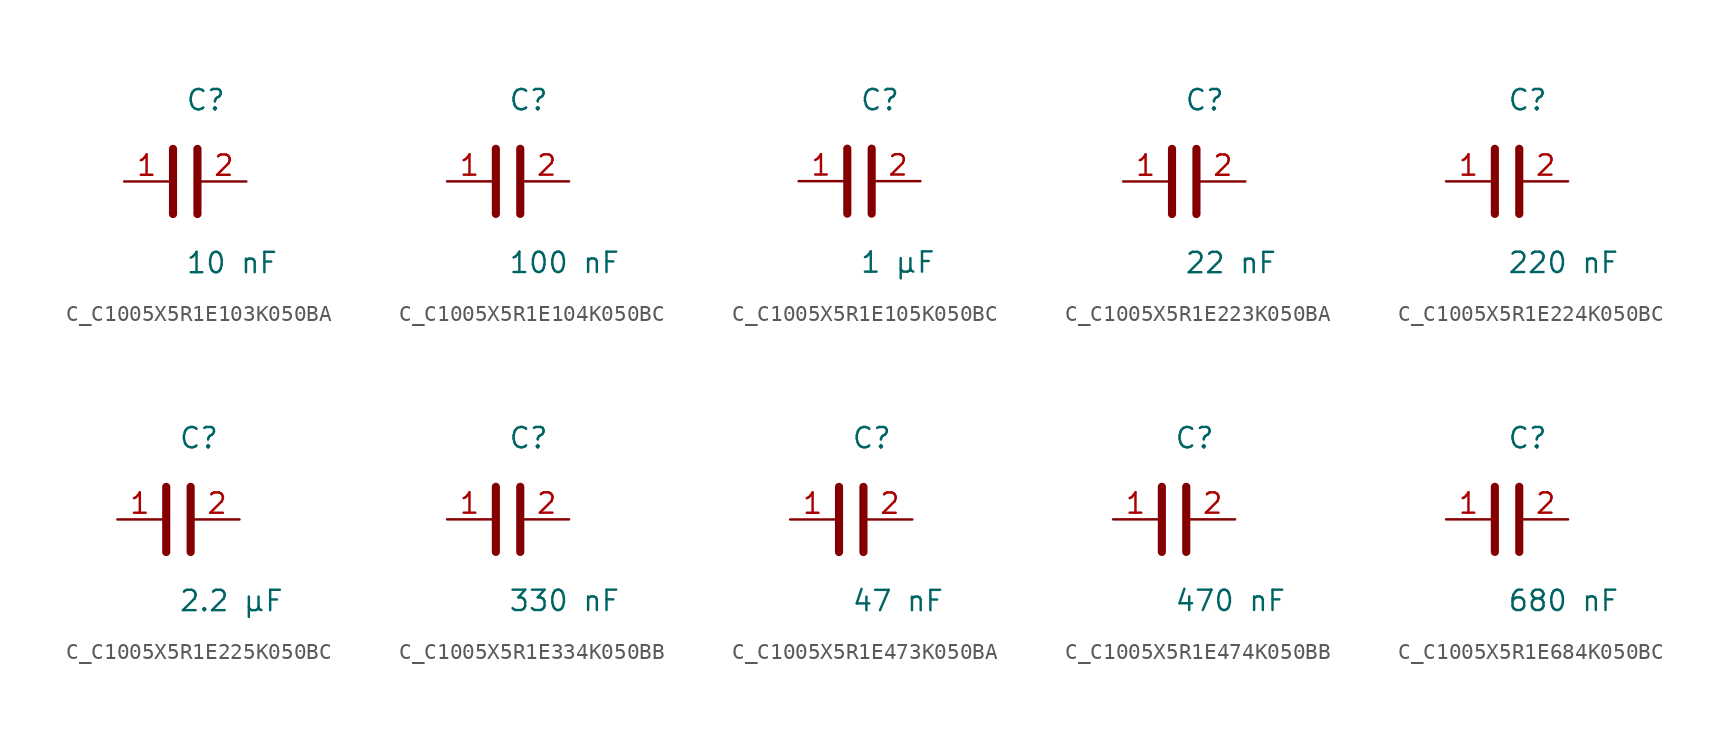
<source format=kicad_sym>
(kicad_symbol_lib
  (version 20231120)
  (generator kicad_symbol_editor)
  (generator_version 8.0)
  (symbol "C_C1005X5R1E103K050BA"
    (pin_names
      (offset 0.254))
    (property "Reference" "C"
      (at 0 5.08 0)
      (effects (font (size 1.27 1.27)) (justify left)))
    (property "Value" "10 nF"
      (at 0 -5.08 0)
      (effects (font (size 1.27 1.27)) (justify left)))
    (symbol "C_C1005X5R1E103K050BA_0_1"
      (polyline (pts (xy -0.762 -2.032) (xy -0.762 2.032)) (stroke (width 0.508) (type default)) (fill (type none)))
      (polyline (pts (xy 0.762 -2.032) (xy 0.762 2.032)) (stroke (width 0.508) (type default)) (fill (type none))))
    (pin passive line
      (at -3.81 0 0)
      (length 2.8)
      (name "" (effects (font (size 1.27 1.27))))
      (number "1" (effects (font (size 1.27 1.27)))))
    (pin passive line
      (at 3.81 0 180)
      (length 2.8)
      (name "" (effects (font (size 1.27 1.27))))
      (number "2" (effects (font (size 1.27 1.27))))))
  (symbol "C_C1005X5R1E104K050BC"
    (pin_names
      (offset 0.254))
    (property "Reference" "C"
      (at 0 5.08 0)
      (effects (font (size 1.27 1.27)) (justify left)))
    (property "Value" "100 nF"
      (at 0 -5.08 0)
      (effects (font (size 1.27 1.27)) (justify left)))
    (symbol "C_C1005X5R1E104K050BC_0_1"
      (polyline (pts (xy -0.762 -2.032) (xy -0.762 2.032)) (stroke (width 0.508) (type default)) (fill (type none)))
      (polyline (pts (xy 0.762 -2.032) (xy 0.762 2.032)) (stroke (width 0.508) (type default)) (fill (type none))))
    (pin passive line
      (at -3.81 0 0)
      (length 2.8)
      (name "" (effects (font (size 1.27 1.27))))
      (number "1" (effects (font (size 1.27 1.27)))))
    (pin passive line
      (at 3.81 0 180)
      (length 2.8)
      (name "" (effects (font (size 1.27 1.27))))
      (number "2" (effects (font (size 1.27 1.27))))))
  (symbol "C_C1005X5R1E105K050BC"
    (pin_names
      (offset 0.254))
    (property "Reference" "C"
      (at 0 5.08 0)
      (effects (font (size 1.27 1.27)) (justify left)))
    (property "Value" "1 µF"
      (at 0 -5.08 0)
      (effects (font (size 1.27 1.27)) (justify left)))
    (symbol "C_C1005X5R1E105K050BC_0_1"
      (polyline (pts (xy -0.762 -2.032) (xy -0.762 2.032)) (stroke (width 0.508) (type default)) (fill (type none)))
      (polyline (pts (xy 0.762 -2.032) (xy 0.762 2.032)) (stroke (width 0.508) (type default)) (fill (type none))))
    (pin passive line
      (at -3.81 0 0)
      (length 2.8)
      (name "" (effects (font (size 1.27 1.27))))
      (number "1" (effects (font (size 1.27 1.27)))))
    (pin passive line
      (at 3.81 0 180)
      (length 2.8)
      (name "" (effects (font (size 1.27 1.27))))
      (number "2" (effects (font (size 1.27 1.27))))))
  (symbol "C_C1005X5R1E223K050BA"
    (pin_names
      (offset 0.254))
    (property "Reference" "C"
      (at 0 5.08 0)
      (effects (font (size 1.27 1.27)) (justify left)))
    (property "Value" "22 nF"
      (at 0 -5.08 0)
      (effects (font (size 1.27 1.27)) (justify left)))
    (symbol "C_C1005X5R1E223K050BA_0_1"
      (polyline (pts (xy -0.762 -2.032) (xy -0.762 2.032)) (stroke (width 0.508) (type default)) (fill (type none)))
      (polyline (pts (xy 0.762 -2.032) (xy 0.762 2.032)) (stroke (width 0.508) (type default)) (fill (type none))))
    (pin passive line
      (at -3.81 0 0)
      (length 2.8)
      (name "" (effects (font (size 1.27 1.27))))
      (number "1" (effects (font (size 1.27 1.27)))))
    (pin passive line
      (at 3.81 0 180)
      (length 2.8)
      (name "" (effects (font (size 1.27 1.27))))
      (number "2" (effects (font (size 1.27 1.27))))))
  (symbol "C_C1005X5R1E224K050BC"
    (pin_names
      (offset 0.254))
    (property "Reference" "C"
      (at 0 5.08 0)
      (effects (font (size 1.27 1.27)) (justify left)))
    (property "Value" "220 nF"
      (at 0 -5.08 0)
      (effects (font (size 1.27 1.27)) (justify left)))
    (symbol "C_C1005X5R1E224K050BC_0_1"
      (polyline (pts (xy -0.762 -2.032) (xy -0.762 2.032)) (stroke (width 0.508) (type default)) (fill (type none)))
      (polyline (pts (xy 0.762 -2.032) (xy 0.762 2.032)) (stroke (width 0.508) (type default)) (fill (type none))))
    (pin passive line
      (at -3.81 0 0)
      (length 2.8)
      (name "" (effects (font (size 1.27 1.27))))
      (number "1" (effects (font (size 1.27 1.27)))))
    (pin passive line
      (at 3.81 0 180)
      (length 2.8)
      (name "" (effects (font (size 1.27 1.27))))
      (number "2" (effects (font (size 1.27 1.27))))))
  (symbol "C_C1005X5R1E225K050BC"
    (pin_names
      (offset 0.254))
    (property "Reference" "C"
      (at 0 5.08 0)
      (effects (font (size 1.27 1.27)) (justify left)))
    (property "Value" "2.2 µF"
      (at 0 -5.08 0)
      (effects (font (size 1.27 1.27)) (justify left)))
    (symbol "C_C1005X5R1E225K050BC_0_1"
      (polyline (pts (xy -0.762 -2.032) (xy -0.762 2.032)) (stroke (width 0.508) (type default)) (fill (type none)))
      (polyline (pts (xy 0.762 -2.032) (xy 0.762 2.032)) (stroke (width 0.508) (type default)) (fill (type none))))
    (pin passive line
      (at -3.81 0 0)
      (length 2.8)
      (name "" (effects (font (size 1.27 1.27))))
      (number "1" (effects (font (size 1.27 1.27)))))
    (pin passive line
      (at 3.81 0 180)
      (length 2.8)
      (name "" (effects (font (size 1.27 1.27))))
      (number "2" (effects (font (size 1.27 1.27))))))
  (symbol "C_C1005X5R1E334K050BB"
    (pin_names
      (offset 0.254))
    (property "Reference" "C"
      (at 0 5.08 0)
      (effects (font (size 1.27 1.27)) (justify left)))
    (property "Value" "330 nF"
      (at 0 -5.08 0)
      (effects (font (size 1.27 1.27)) (justify left)))
    (symbol "C_C1005X5R1E334K050BB_0_1"
      (polyline (pts (xy -0.762 -2.032) (xy -0.762 2.032)) (stroke (width 0.508) (type default)) (fill (type none)))
      (polyline (pts (xy 0.762 -2.032) (xy 0.762 2.032)) (stroke (width 0.508) (type default)) (fill (type none))))
    (pin passive line
      (at -3.81 0 0)
      (length 2.8)
      (name "" (effects (font (size 1.27 1.27))))
      (number "1" (effects (font (size 1.27 1.27)))))
    (pin passive line
      (at 3.81 0 180)
      (length 2.8)
      (name "" (effects (font (size 1.27 1.27))))
      (number "2" (effects (font (size 1.27 1.27))))))
  (symbol "C_C1005X5R1E473K050BA"
    (pin_names
      (offset 0.254))
    (property "Reference" "C"
      (at 0 5.08 0)
      (effects (font (size 1.27 1.27)) (justify left)))
    (property "Value" "47 nF"
      (at 0 -5.08 0)
      (effects (font (size 1.27 1.27)) (justify left)))
    (symbol "C_C1005X5R1E473K050BA_0_1"
      (polyline (pts (xy -0.762 -2.032) (xy -0.762 2.032)) (stroke (width 0.508) (type default)) (fill (type none)))
      (polyline (pts (xy 0.762 -2.032) (xy 0.762 2.032)) (stroke (width 0.508) (type default)) (fill (type none))))
    (pin passive line
      (at -3.81 0 0)
      (length 2.8)
      (name "" (effects (font (size 1.27 1.27))))
      (number "1" (effects (font (size 1.27 1.27)))))
    (pin passive line
      (at 3.81 0 180)
      (length 2.8)
      (name "" (effects (font (size 1.27 1.27))))
      (number "2" (effects (font (size 1.27 1.27))))))
  (symbol "C_C1005X5R1E474K050BB"
    (pin_names
      (offset 0.254))
    (property "Reference" "C"
      (at 0 5.08 0)
      (effects (font (size 1.27 1.27)) (justify left)))
    (property "Value" "470 nF"
      (at 0 -5.08 0)
      (effects (font (size 1.27 1.27)) (justify left)))
    (symbol "C_C1005X5R1E474K050BB_0_1"
      (polyline (pts (xy -0.762 -2.032) (xy -0.762 2.032)) (stroke (width 0.508) (type default)) (fill (type none)))
      (polyline (pts (xy 0.762 -2.032) (xy 0.762 2.032)) (stroke (width 0.508) (type default)) (fill (type none))))
    (pin passive line
      (at -3.81 0 0)
      (length 2.8)
      (name "" (effects (font (size 1.27 1.27))))
      (number "1" (effects (font (size 1.27 1.27)))))
    (pin passive line
      (at 3.81 0 180)
      (length 2.8)
      (name "" (effects (font (size 1.27 1.27))))
      (number "2" (effects (font (size 1.27 1.27))))))
  (symbol "C_C1005X5R1E684K050BC"
    (pin_names
      (offset 0.254))
    (property "Reference" "C"
      (at 0 5.08 0)
      (effects (font (size 1.27 1.27)) (justify left)))
    (property "Value" "680 nF"
      (at 0 -5.08 0)
      (effects (font (size 1.27 1.27)) (justify left)))
    (symbol "C_C1005X5R1E684K050BC_0_1"
      (polyline (pts (xy -0.762 -2.032) (xy -0.762 2.032)) (stroke (width 0.508) (type default)) (fill (type none)))
      (polyline (pts (xy 0.762 -2.032) (xy 0.762 2.032)) (stroke (width 0.508) (type default)) (fill (type none))))
    (pin passive line
      (at -3.81 0 0)
      (length 2.8)
      (name "" (effects (font (size 1.27 1.27))))
      (number "1" (effects (font (size 1.27 1.27)))))
    (pin passive line
      (at 3.81 0 180)
      (length 2.8)
      (name "" (effects (font (size 1.27 1.27))))
      (number "2" (effects (font (size 1.27 1.27)))))))
</source>
